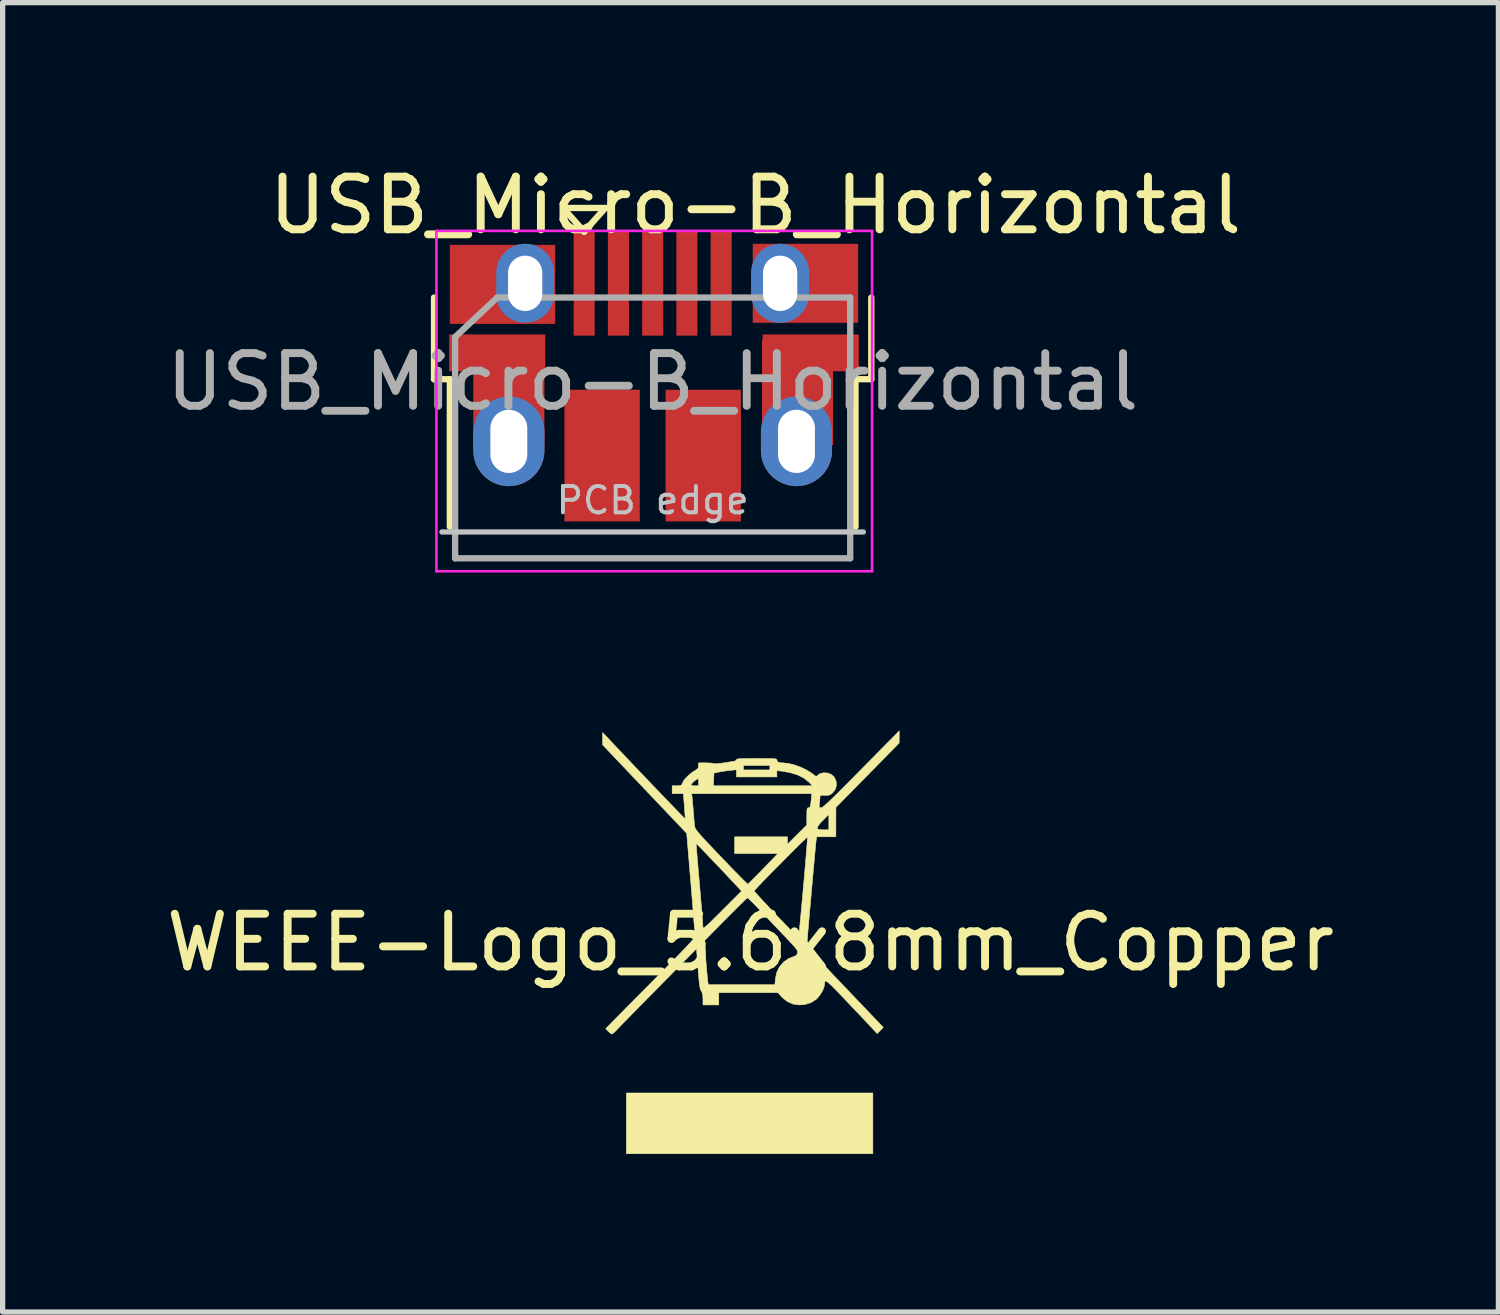
<source format=kicad_pcb>
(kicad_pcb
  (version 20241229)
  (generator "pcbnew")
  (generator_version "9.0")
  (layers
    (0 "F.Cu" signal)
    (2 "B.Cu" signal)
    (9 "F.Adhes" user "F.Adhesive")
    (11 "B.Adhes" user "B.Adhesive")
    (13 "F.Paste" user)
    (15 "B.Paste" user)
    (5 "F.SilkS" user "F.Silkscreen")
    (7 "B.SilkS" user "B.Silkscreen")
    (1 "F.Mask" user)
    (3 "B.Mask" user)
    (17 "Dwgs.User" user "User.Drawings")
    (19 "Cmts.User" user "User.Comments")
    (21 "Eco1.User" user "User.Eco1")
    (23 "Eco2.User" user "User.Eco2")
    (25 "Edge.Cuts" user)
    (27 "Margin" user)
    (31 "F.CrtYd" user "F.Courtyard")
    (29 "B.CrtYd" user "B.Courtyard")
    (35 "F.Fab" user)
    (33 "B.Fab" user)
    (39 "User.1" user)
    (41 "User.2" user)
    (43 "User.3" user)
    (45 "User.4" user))
  (footprint "USB_Micro-B_Horizontal"
    (layer "F.Cu")
    (at 9.364 4.213)
    (property "Reference" "USB_Micro-B_Horizontal" (at 1.925 -3.365 0) (layer "F.SilkS") (effects (font (size 1 1) (thickness 0.15))))
    (attr smd)
    (fp_line (start -4.175 -0.065) (end -4.175 -1.615) (stroke (width 0.12) (type solid)) (layer "F.SilkS"))
    (fp_line (start -4.175 -0.065) (end -3.875 -0.065) (stroke (width 0.12) (type solid)) (layer "F.SilkS"))
    (fp_line (start -3.875 2.735) (end -3.875 -0.065) (stroke (width 0.12) (type solid)) (layer "F.SilkS"))
    (fp_line (start -1.725 -3.315) (end -0.925 -3.315) (stroke (width 0.12) (type solid)) (layer "F.SilkS"))
    (fp_line (start -1.325 -2.865) (end -1.725 -3.315) (stroke (width 0.12) (type solid)) (layer "F.SilkS"))
    (fp_line (start -0.925 -3.315) (end -1.325 -2.865) (stroke (width 0.12) (type solid)) (layer "F.SilkS"))
    (fp_line (start 3.825 -0.065) (end 4.125 -0.065) (stroke (width 0.12) (type solid)) (layer "F.SilkS"))
    (fp_line (start 3.825 2.735) (end 3.825 -0.065) (stroke (width 0.12) (type solid)) (layer "F.SilkS"))
    (fp_line (start 4.125 -0.065) (end 4.125 -1.615) (stroke (width 0.12) (type solid)) (layer "F.SilkS"))
    (fp_line (start -4.025 2.835) (end 3.975 2.835) (stroke (width 0.1) (type solid)) (layer "Dwgs.User"))
    (fp_line (start -4.13 -2.88) (end -4.13 3.58) (stroke (width 0.05) (type solid)) (layer "F.CrtYd"))
    (fp_line (start -4.13 -2.88) (end 4.14 -2.88) (stroke (width 0.05) (type solid)) (layer "F.CrtYd"))
    (fp_line (start 4.14 3.58) (end -4.13 3.58) (stroke (width 0.05) (type solid)) (layer "F.CrtYd"))
    (fp_line (start 4.14 3.58) (end 4.14 -2.88) (stroke (width 0.05) (type solid)) (layer "F.CrtYd"))
    (fp_line (start -3.775 -0.865) (end -2.975 -1.615) (stroke (width 0.12) (type solid)) (layer "F.Fab"))
    (fp_line (start -3.775 3.335) (end -3.775 -0.865) (stroke (width 0.12) (type solid)) (layer "F.Fab"))
    (fp_line (start -2.975 -1.615) (end 3.725 -1.615) (stroke (width 0.12) (type solid)) (layer "F.Fab"))
    (fp_line (start 3.725 -1.615) (end 3.725 3.335) (stroke (width 0.12) (type solid)) (layer "F.Fab"))
    (fp_line (start 3.725 3.335) (end -3.775 3.335) (stroke (width 0.12) (type solid)) (layer "F.Fab"))
    (fp_text user "PCB edge" (at -0.025 2.235 0) (layer "Dwgs.User") (effects (font (size 0.5 0.5) (thickness 0.075))))
    (fp_text user "${REFERENCE}" (at -0.025 -0.015 0) (layer "F.Fab") (effects (font (size 1 1) (thickness 0.15))))
    (pad "1" smd rect (at -1.325 -1.892 90) (size 2 0.4) (layers "F.Cu" "F.Mask" "F.Paste"))
    (pad "2" smd rect (at -0.675 -1.892 90) (size 2 0.4) (layers "F.Cu" "F.Mask" "F.Paste"))
    (pad "3" smd rect (at -0.025 -1.892 90) (size 2 0.4) (layers "F.Cu" "F.Mask" "F.Paste"))
    (pad "4" smd rect (at 0.625 -1.892 90) (size 2 0.4) (layers "F.Cu" "F.Mask" "F.Paste"))
    (pad "5" smd rect (at 1.275 -1.892 90) (size 2 0.4) (layers "F.Cu" "F.Mask" "F.Paste"))
    (pad "6" smd rect (at -2.975 -0.565) (size 1.825 0.7) (layers "F.Cu" "F.Mask" "F.Paste"))
    (pad "6" smd rect (at -2.875 -1.865) (size 2 1.5) (layers "F.Cu" "F.Mask" "F.Paste"))
    (pad "6" smd rect (at -2.755 0.185) (size 1.35 2) (layers "F.Cu" "F.Mask" "F.Paste"))
    (pad "6" thru_hole oval (at -2.755 1.115 90) (size 1.7 1.35) (drill oval 1.2 0.7) (layers "*.Cu" "*.Mask"))
    (pad "6" thru_hole oval (at -2.445 -1.885 90) (size 1.5 1.1) (drill oval 1.05 0.65) (layers "*.Cu" "*.Mask"))
    (pad "6" smd rect (at -0.985 1.385 90) (size 2.5 1.43) (layers "F.Cu" "F.Mask" "F.Paste"))
    (pad "6" smd rect (at 0.935 1.385 90) (size 2.5 1.43) (layers "F.Cu" "F.Mask" "F.Paste"))
    (pad "6" thru_hole oval (at 2.395 -1.885 90) (size 1.5 1.1) (drill oval 1.05 0.65) (layers "*.Cu" "*.Mask"))
    (pad "6" thru_hole oval (at 2.705 1.115 90) (size 1.7 1.35) (drill oval 1.2 0.7) (layers "*.Cu" "*.Mask"))
    (pad "6" smd rect (at 2.725 0.185) (size 1.35 2) (layers "F.Cu" "F.Mask" "F.Paste"))
    (pad "6" smd rect (at 2.875 -1.885) (size 2 1.5) (layers "F.Cu" "F.Mask" "F.Paste"))
    (pad "6" smd rect (at 2.975 -0.565) (size 1.825 0.7) (layers "F.Cu" "F.Mask" "F.Paste")))
  (footprint "WEEE-Logo_5.6x8mm_Copper"
    (layer "F.Cu")
    (at 11.196 14.84)
    (property "Reference" "WEEE-Logo_5.6x8mm_Copper" (at 0 0 0) (layer "F.SilkS") (effects (font (size 1 1) (thickness 0.15))))
    (attr exclude_from_pos_files exclude_from_bom)
    (fp_poly (pts (xy 2.323 4.011) (xy -2.356 4.011) (xy -2.356 2.857) (xy 2.323 2.857) (xy 2.323 4.011)) (stroke (width 0.01) (type solid)) (fill yes) (layer "F.SilkS"))
    (fp_poly (pts (xy 2.823 -3.901) (xy 2.822 -3.785) (xy 2.222 -3.175) (xy 1.622 -2.565) (xy 1.621 -2.285) (xy 1.621 -2.005) (xy 1.255 -2.005) (xy 1.246 -1.934) (xy 1.242 -1.902) (xy 1.236 -1.841) (xy 1.228 -1.755) (xy 1.218 -1.648) (xy 1.207 -1.523) (xy 1.194 -1.384) (xy 1.181 -1.235) (xy 1.167 -1.078) (xy 1.153 -0.919) (xy 1.139 -0.76) (xy 1.125 -0.606) (xy 1.112 -0.459) (xy 1.101 -0.324) (xy 1.09 -0.203) (xy 1.082 -0.101) (xy 1.075 -0.022) (xy 1.071 0.031) (xy 1.07 0.055) (xy 1.07 0.055) (xy 1.08 0.074) (xy 1.111 0.114) (xy 1.163 0.174) (xy 1.236 0.256) (xy 1.331 0.359) (xy 1.448 0.485) (xy 1.587 0.633) (xy 1.75 0.804) (xy 1.796 0.852) (xy 2.521 1.613) (xy 2.463 1.671) (xy 2.404 1.73) (xy 2.309 1.626) (xy 2.274 1.589) (xy 2.22 1.531) (xy 2.15 1.457) (xy 2.067 1.37) (xy 1.976 1.274) (xy 1.88 1.172) (xy 1.822 1.112) (xy 1.714 0.998) (xy 1.626 0.907) (xy 1.557 0.837) (xy 1.504 0.787) (xy 1.466 0.754) (xy 1.439 0.736) (xy 1.421 0.734) (xy 1.412 0.744) (xy 1.407 0.764) (xy 1.405 0.795) (xy 1.405 0.803) (xy 1.392 0.86) (xy 1.362 0.929) (xy 1.318 0.998) (xy 1.269 1.058) (xy 1.25 1.077) (xy 1.149 1.142) (xy 1.032 1.178) (xy 0.928 1.186) (xy 0.81 1.17) (xy 0.701 1.123) (xy 0.605 1.046) (xy 0.587 1.026) (xy 0.522 0.953) (xy -0.602 0.953) (xy -0.602 1.186) (xy -0.902 1.186) (xy -0.902 1.077) (xy -0.906 1.003) (xy -0.919 0.951) (xy -0.934 0.923) (xy -0.945 0.902) (xy -0.955 0.873) (xy -0.963 0.831) (xy -0.971 0.77) (xy -0.98 0.688) (xy -0.989 0.579) (xy -0.995 0.498) (xy -1.025 0.119) (xy -1.746 0.849) (xy -1.876 0.981) (xy -2.001 1.108) (xy -2.119 1.228) (xy -2.227 1.338) (xy -2.322 1.435) (xy -2.404 1.519) (xy -2.468 1.585) (xy -2.514 1.633) (xy -2.539 1.659) (xy -2.579 1.7) (xy -2.613 1.728) (xy -2.631 1.738) (xy -2.654 1.727) (xy -2.688 1.699) (xy -2.699 1.687) (xy -2.748 1.637) (xy -2.481 1.366) (xy -2.413 1.297) (xy -2.325 1.208) (xy -2.221 1.103) (xy -2.106 0.986) (xy -1.982 0.861) (xy -1.854 0.732) (xy -1.726 0.602) (xy -1.633 0.509) (xy -1.493 0.368) (xy -1.376 0.248) (xy -1.279 0.148) (xy -1.201 0.066) (xy -1.142 0.002) (xy -1.112 -0.032) (xy -0.875 -0.032) (xy -0.846 0.348) (xy -0.837 0.459) (xy -0.828 0.56) (xy -0.82 0.647) (xy -0.814 0.714) (xy -0.809 0.755) (xy -0.807 0.765) (xy -0.798 0.802) (xy 0.463 0.802) (xy 0.472 0.697) (xy 0.497 0.573) (xy 0.55 0.464) (xy 0.628 0.372) (xy 0.727 0.303) (xy 0.838 0.262) (xy 0.874 0.242) (xy 0.892 0.2) (xy 0.892 0.199) (xy 0.894 0.181) (xy 0.891 0.163) (xy 0.881 0.141) (xy 0.861 0.112) (xy 0.828 0.073) (xy 0.78 0.02) (xy 0.714 -0.051) (xy 0.628 -0.142) (xy 0.622 -0.148) (xy 0.53 -0.245) (xy 0.431 -0.349) (xy 0.333 -0.452) (xy 0.243 -0.547) (xy 0.167 -0.627) (xy 0.15 -0.645) (xy 0.086 -0.713) (xy 0.028 -0.77) (xy -0.018 -0.814) (xy -0.048 -0.841) (xy -0.059 -0.846) (xy -0.074 -0.834) (xy -0.11 -0.801) (xy -0.163 -0.749) (xy -0.232 -0.682) (xy -0.312 -0.602) (xy -0.402 -0.512) (xy -0.476 -0.438) (xy -0.875 -0.032) (xy -1.112 -0.032) (xy -1.099 -0.047) (xy -1.07 -0.083) (xy -1.056 -0.107) (xy -1.052 -0.118) (xy -1.053 -0.141) (xy -1.057 -0.195) (xy -1.063 -0.277) (xy -1.072 -0.382) (xy -1.082 -0.508) (xy -1.093 -0.651) (xy -1.106 -0.81) (xy -1.12 -0.98) (xy -1.131 -1.115) (xy -1.195 -1.881) (xy -1.031 -1.881) (xy -1.03 -1.864) (xy -1.027 -1.818) (xy -1.021 -1.745) (xy -1.014 -1.648) (xy -1.004 -1.531) (xy -0.993 -1.398) (xy -0.98 -1.25) (xy -0.968 -1.111) (xy -0.955 -0.952) (xy -0.942 -0.803) (xy -0.931 -0.665) (xy -0.921 -0.544) (xy -0.913 -0.443) (xy -0.907 -0.364) (xy -0.904 -0.313) (xy -0.903 -0.293) (xy -0.901 -0.28) (xy -0.895 -0.275) (xy -0.881 -0.28) (xy -0.859 -0.296) (xy -0.824 -0.326) (xy -0.775 -0.372) (xy -0.71 -0.436) (xy -0.626 -0.519) (xy -0.536 -0.609) (xy -0.17 -0.975) (xy -0.172 -0.978) (xy 0.07 -0.978) (xy 0.081 -0.962) (xy 0.112 -0.927) (xy 0.16 -0.874) (xy 0.221 -0.807) (xy 0.293 -0.73) (xy 0.372 -0.645) (xy 0.456 -0.556) (xy 0.541 -0.466) (xy 0.624 -0.379) (xy 0.703 -0.297) (xy 0.773 -0.225) (xy 0.832 -0.164) (xy 0.877 -0.119) (xy 0.905 -0.093) (xy 0.912 -0.088) (xy 0.915 -0.105) (xy 0.92 -0.153) (xy 0.928 -0.228) (xy 0.937 -0.327) (xy 0.949 -0.447) (xy 0.962 -0.586) (xy 0.976 -0.741) (xy 0.991 -0.908) (xy 1.003 -1.042) (xy 1.019 -1.217) (xy 1.033 -1.381) (xy 1.046 -1.533) (xy 1.058 -1.668) (xy 1.067 -1.784) (xy 1.074 -1.878) (xy 1.079 -1.947) (xy 1.081 -1.988) (xy 1.081 -1.999) (xy 1.068 -1.99) (xy 1.035 -1.959) (xy 0.984 -1.91) (xy 0.918 -1.847) (xy 0.841 -1.771) (xy 0.756 -1.686) (xy 0.665 -1.594) (xy 0.571 -1.499) (xy 0.477 -1.404) (xy 0.386 -1.312) (xy 0.301 -1.225) (xy 0.225 -1.147) (xy 0.161 -1.08) (xy 0.112 -1.027) (xy 0.081 -0.992) (xy 0.07 -0.978) (xy -0.172 -0.978) (xy -0.306 -1.121) (xy -0.376 -1.196) (xy -0.454 -1.279) (xy -0.537 -1.367) (xy -0.623 -1.457) (xy -0.708 -1.547) (xy -0.79 -1.632) (xy -0.864 -1.71) (xy -0.928 -1.777) (xy -0.98 -1.83) (xy -1.015 -1.865) (xy -1.03 -1.881) (xy -1.031 -1.881) (xy -1.195 -1.881) (xy -1.211 -2.072) (xy -2.009 -2.912) (xy -2.807 -3.751) (xy -2.807 -3.868) (xy -2.806 -3.985) (xy -2.677 -3.848) (xy -2.605 -3.771) (xy -2.52 -3.681) (xy -2.424 -3.579) (xy -2.32 -3.47) (xy -2.209 -3.353) (xy -2.095 -3.233) (xy -1.979 -3.112) (xy -1.864 -2.992) (xy -1.752 -2.875) (xy -1.645 -2.763) (xy -1.546 -2.66) (xy -1.457 -2.568) (xy -1.38 -2.488) (xy -1.318 -2.424) (xy -1.272 -2.378) (xy -1.246 -2.352) (xy -1.24 -2.347) (xy -1.24 -2.364) (xy -1.242 -2.409) (xy -1.247 -2.475) (xy -1.253 -2.556) (xy -1.255 -2.588) (xy -1.275 -2.824) (xy -1.12 -2.824) (xy -1.112 -2.786) (xy -1.108 -2.757) (xy -1.102 -2.701) (xy -1.096 -2.626) (xy -1.089 -2.539) (xy -1.086 -2.507) (xy -1.079 -2.414) (xy -1.072 -2.328) (xy -1.065 -2.257) (xy -1.06 -2.209) (xy -1.059 -2.2) (xy -1.054 -2.182) (xy -1.045 -2.161) (xy -1.028 -2.134) (xy -1.002 -2.1) (xy -0.964 -2.056) (xy -0.914 -1.999) (xy -0.848 -1.927) (xy -0.764 -1.838) (xy -0.661 -1.729) (xy -0.556 -1.619) (xy -0.451 -1.51) (xy -0.354 -1.408) (xy -0.265 -1.318) (xy -0.189 -1.24) (xy -0.127 -1.178) (xy -0.081 -1.134) (xy -0.055 -1.11) (xy -0.049 -1.106) (xy -0.035 -1.119) (xy 0.000039 -1.153) (xy 0.051 -1.204) (xy 0.115 -1.269) (xy 0.189 -1.344) (xy 0.242 -1.4) (xy 0.521 -1.688) (xy -0.301 -1.688) (xy -0.301 -2.005) (xy 0.702 -2.005) (xy 0.702 -1.864) (xy 0.886 -2.047) (xy 1.016 -2.177) (xy 1.27 -2.177) (xy 1.272 -2.157) (xy 1.285 -2.145) (xy 1.314 -2.14) (xy 1.369 -2.139) (xy 1.379 -2.139) (xy 1.487 -2.139) (xy 1.487 -2.43) (xy 1.379 -2.323) (xy 1.317 -2.257) (xy 1.281 -2.207) (xy 1.27 -2.177) (xy 1.016 -2.177) (xy 1.069 -2.23) (xy 1.069 -2.393) (xy 1.07 -2.469) (xy 1.072 -2.516) (xy 1.078 -2.543) (xy 1.087 -2.554) (xy 1.102 -2.557) (xy 1.118 -2.56) (xy 1.13 -2.574) (xy 1.139 -2.604) (xy 1.147 -2.655) (xy 1.155 -2.733) (xy 1.157 -2.761) (xy 1.163 -2.824) (xy -1.12 -2.824) (xy -1.275 -2.824) (xy -1.487 -2.824) (xy -1.487 -2.974) (xy -1.397 -2.974) (xy -1.344 -2.976) (xy -1.316 -2.983) (xy -1.312 -2.987) (xy -1.128 -2.987) (xy -1.118 -2.978) (xy -1.084 -2.975) (xy -1.062 -2.974) (xy -0.986 -2.974) (xy -0.703 -2.974) (xy 1.177 -2.974) (xy 1.113 -3.04) (xy 1.014 -3.12) (xy 0.892 -3.182) (xy 0.744 -3.226) (xy 0.597 -3.251) (xy 0.501 -3.262) (xy 0.501 -3.142) (xy -0.267 -3.142) (xy -0.267 -3.279) (xy -0.38 -3.267) (xy -0.459 -3.258) (xy -0.543 -3.245) (xy -0.593 -3.236) (xy -0.693 -3.216) (xy -0.698 -3.095) (xy -0.703 -2.974) (xy -0.986 -2.974) (xy -0.986 -3.041) (xy -0.988 -3.083) (xy -0.994 -3.106) (xy -0.996 -3.108) (xy -1.021 -3.097) (xy -1.057 -3.071) (xy -1.093 -3.039) (xy -1.118 -3.01) (xy -1.12 -3.007) (xy -1.128 -2.987) (xy -1.312 -2.987) (xy -1.302 -2.999) (xy -1.296 -3.017) (xy -1.273 -3.064) (xy -1.229 -3.12) (xy -1.172 -3.177) (xy -1.109 -3.228) (xy -1.067 -3.255) (xy -1.019 -3.284) (xy -0.995 -3.309) (xy -0.987 -3.337) (xy -0.986 -3.355) (xy -0.986 -3.359) (xy -0.134 -3.359) (xy -0.134 -3.275) (xy 0.368 -3.275) (xy 0.368 -3.359) (xy -0.134 -3.359) (xy -0.986 -3.359) (xy -0.986 -3.409) (xy -0.845 -3.409) (xy -0.781 -3.407) (xy -0.73 -3.403) (xy -0.702 -3.397) (xy -0.699 -3.395) (xy -0.681 -3.391) (xy -0.638 -3.393) (xy -0.577 -3.399) (xy -0.535 -3.405) (xy -0.459 -3.416) (xy -0.389 -3.427) (xy -0.337 -3.434) (xy -0.322 -3.436) (xy -0.282 -3.449) (xy -0.267 -3.468) (xy -0.263 -3.476) (xy -0.247 -3.482) (xy -0.217 -3.487) (xy -0.168 -3.49) (xy -0.096 -3.491) (xy 0.002 -3.492) (xy 0.117 -3.493) (xy 0.24 -3.492) (xy 0.333 -3.492) (xy 0.402 -3.49) (xy 0.448 -3.488) (xy 0.478 -3.484) (xy 0.494 -3.478) (xy 0.5 -3.47) (xy 0.501 -3.461) (xy 0.512 -3.432) (xy 0.545 -3.415) (xy 0.606 -3.409) (xy 0.617 -3.409) (xy 0.72 -3.398) (xy 0.838 -3.369) (xy 0.958 -3.325) (xy 1.072 -3.27) (xy 1.168 -3.208) (xy 1.18 -3.199) (xy 1.221 -3.167) (xy 1.245 -3.154) (xy 1.261 -3.158) (xy 1.279 -3.175) (xy 1.329 -3.209) (xy 1.395 -3.221) (xy 1.467 -3.215) (xy 1.533 -3.19) (xy 1.583 -3.147) (xy 1.587 -3.143) (xy 1.625 -3.064) (xy 1.632 -2.982) (xy 1.609 -2.905) (xy 1.556 -2.837) (xy 1.55 -2.832) (xy 1.513 -2.805) (xy 1.475 -2.794) (xy 1.422 -2.793) (xy 1.409 -2.793) (xy 1.357 -2.795) (xy 1.331 -2.791) (xy 1.321 -2.778) (xy 1.32 -2.766) (xy 1.318 -2.73) (xy 1.313 -2.676) (xy 1.309 -2.644) (xy 1.304 -2.594) (xy 1.306 -2.568) (xy 1.319 -2.558) (xy 1.341 -2.557) (xy 1.355 -2.561) (xy 1.376 -2.575) (xy 1.408 -2.6) (xy 1.45 -2.638) (xy 1.506 -2.69) (xy 1.576 -2.757) (xy 1.662 -2.842) (xy 1.767 -2.946) (xy 1.89 -3.07) (xy 2.034 -3.216) (xy 2.104 -3.287) (xy 2.824 -4.016) (xy 2.823 -3.901)) (stroke (width 0.01) (type solid)) (fill yes) (layer "F.SilkS")))
  (gr_rect
    (start -3 -3)
    (end 25.393 21.855)
    (stroke (width 0.1) (type default))
    (fill no)
    (layer "Edge.Cuts")))
</source>
